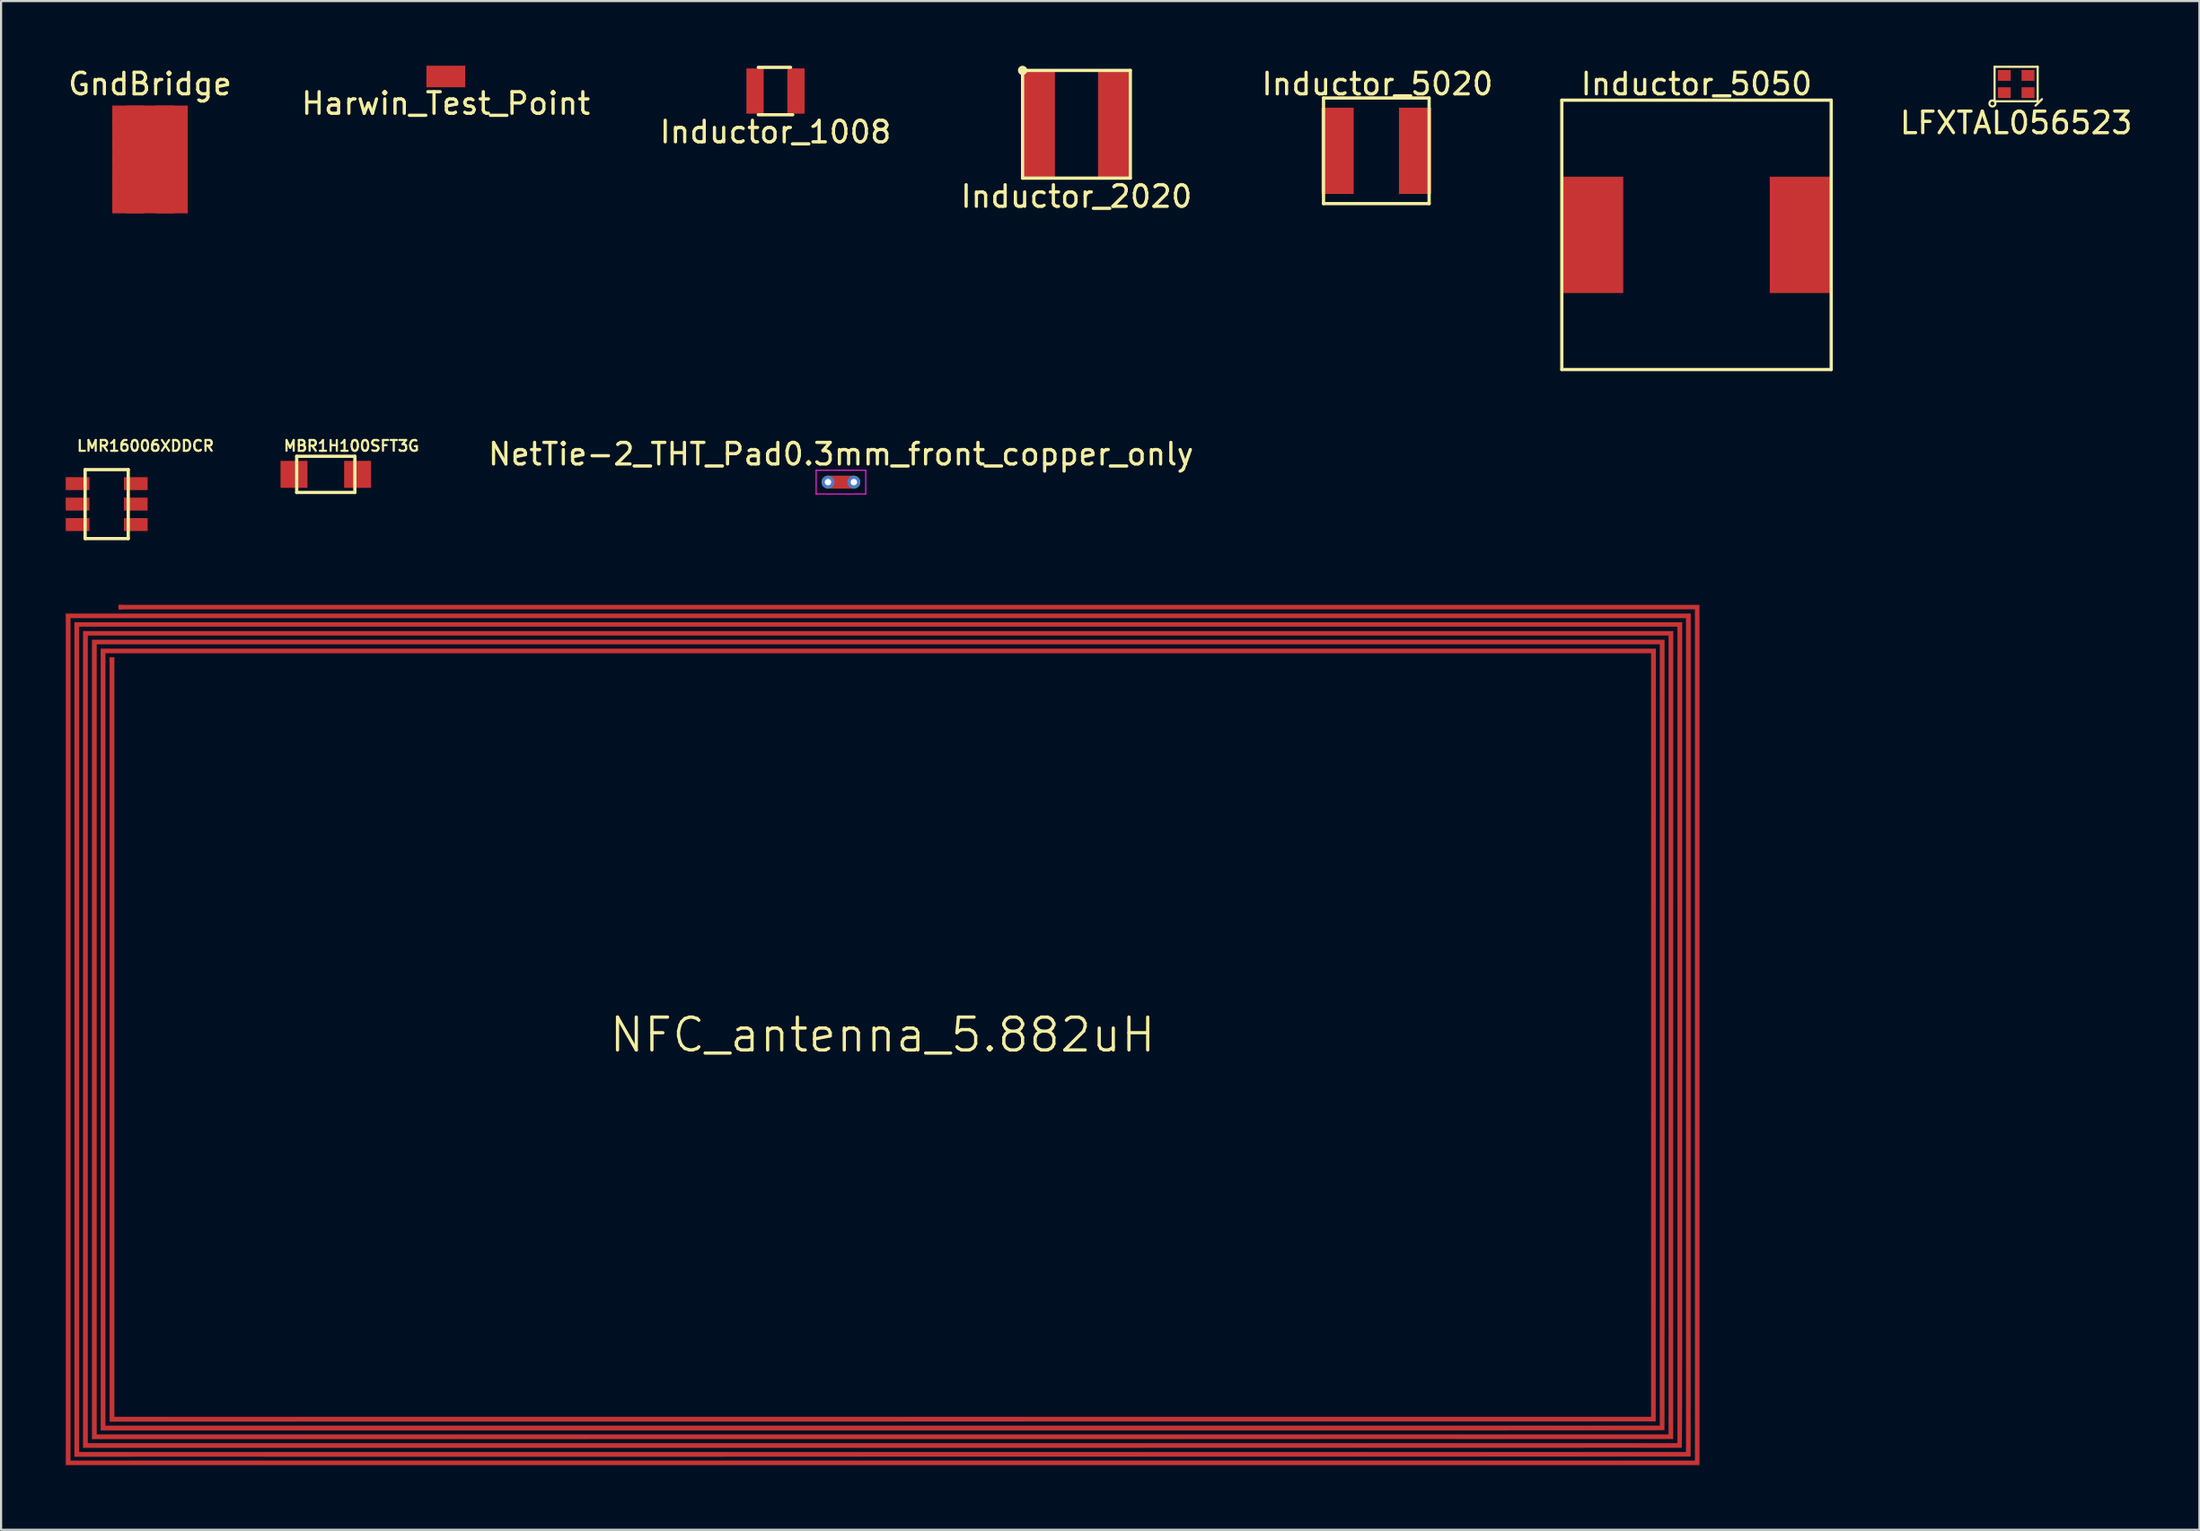
<source format=kicad_pcb>
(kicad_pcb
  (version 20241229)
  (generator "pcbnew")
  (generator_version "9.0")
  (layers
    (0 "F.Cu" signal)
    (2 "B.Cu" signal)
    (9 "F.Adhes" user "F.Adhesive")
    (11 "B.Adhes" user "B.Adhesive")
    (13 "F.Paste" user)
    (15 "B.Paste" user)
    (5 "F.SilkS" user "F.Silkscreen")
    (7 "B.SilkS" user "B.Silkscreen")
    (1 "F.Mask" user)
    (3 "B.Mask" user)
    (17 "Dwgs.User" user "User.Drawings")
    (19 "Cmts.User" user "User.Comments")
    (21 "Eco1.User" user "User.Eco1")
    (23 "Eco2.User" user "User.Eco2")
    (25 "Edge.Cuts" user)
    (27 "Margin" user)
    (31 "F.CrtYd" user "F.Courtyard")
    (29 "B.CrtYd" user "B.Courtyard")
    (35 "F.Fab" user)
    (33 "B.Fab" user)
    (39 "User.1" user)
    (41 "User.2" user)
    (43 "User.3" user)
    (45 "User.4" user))
  (footprint "LMR16006XDDCR"
    (layer "F.Cu")
    (at 1.9 20.341)
    (property "Reference" "LMR16006XDDCR" (at 1.8 -2.7 0) (layer "F.SilkS") (effects (font (size 0.5 0.5) (thickness 0.1))))
    (attr through_hole)
    (fp_line (start -1 -1.6) (end -1 1.6) (stroke (width 0.15) (type solid)) (layer "F.SilkS"))
    (fp_line (start -1 1.6) (end 1 1.6) (stroke (width 0.15) (type solid)) (layer "F.SilkS"))
    (fp_line (start 1 -1.6) (end -1 -1.6) (stroke (width 0.15) (type solid)) (layer "F.SilkS"))
    (fp_line (start 1 1.6) (end 1 -1.6) (stroke (width 0.15) (type solid)) (layer "F.SilkS"))
    (pad "1" smd rect (at -1.35 -0.95) (size 1.1 0.6) (layers "F.Cu" "F.Mask" "F.Paste"))
    (pad "2" smd rect (at -1.35 0) (size 1.1 0.6) (layers "F.Cu" "F.Mask" "F.Paste"))
    (pad "3" smd rect (at -1.35 0.95) (size 1.1 0.6) (layers "F.Cu" "F.Mask" "F.Paste"))
    (pad "4" smd rect (at 1.35 0.95) (size 1.1 0.6) (layers "F.Cu" "F.Mask" "F.Paste"))
    (pad "5" smd rect (at 1.35 0) (size 1.1 0.6) (layers "F.Cu" "F.Mask" "F.Paste"))
    (pad "6" smd rect (at 1.35 -0.95) (size 1.1 0.6) (layers "F.Cu" "F.Mask" "F.Paste")))
  (footprint "GndBridge"
    (layer "F.Cu")
    (at 3.911 4.348)
    (property "Reference" "GndBridge" (at 0 -3.5 0) (layer "F.SilkS") (effects (font (size 1 1) (thickness 0.15))))
    (attr through_hole)
    (fp_line (start -1 -1.75) (end 1 -1.75) (stroke (width 1.5) (type solid)) (layer "F.Cu"))
    (fp_line (start -1 -0.75) (end 1 -0.75) (stroke (width 1.5) (type solid)) (layer "F.Cu"))
    (fp_line (start -1 0) (end 1 0) (stroke (width 1.5) (type solid)) (layer "F.Cu"))
    (fp_line (start -1 1) (end 1 1) (stroke (width 1.5) (type solid)) (layer "F.Cu"))
    (fp_line (start -1 1.75) (end 1 1.75) (stroke (width 1.5) (type solid)) (layer "F.Cu"))
    (pad "1" smd rect (at -1 0) (size 1.5 5) (layers "F.Cu"))
    (pad "2" smd rect (at 1 0) (size 1.5 5) (layers "F.Cu")))
  (footprint "Inductor_5020"
    (layer "F.Cu")
    (at 60.813 3.948)
    (property "Reference" "Inductor_5020" (at 0.05 -3.1 0) (layer "F.SilkS") (effects (font (size 1 1) (thickness 0.15))))
    (attr through_hole)
    (fp_line (start -2.45 -2.45) (end 2.45 -2.45) (stroke (width 0.15) (type solid)) (layer "F.SilkS"))
    (fp_line (start -2.45 2.45) (end -2.45 -2.45) (stroke (width 0.15) (type solid)) (layer "F.SilkS"))
    (fp_line (start 2.45 -2.45) (end 2.45 2.45) (stroke (width 0.15) (type solid)) (layer "F.SilkS"))
    (fp_line (start 2.45 2.45) (end -2.45 2.45) (stroke (width 0.15) (type solid)) (layer "F.SilkS"))
    (pad "1" smd rect (at -1.8 0) (size 1.5 4) (layers "F.Cu" "F.Mask" "F.Paste"))
    (pad "2" smd rect (at 1.8 0) (size 1.5 4) (layers "F.Cu" "F.Mask" "F.Paste")))
  (footprint "Inductor_2020"
    (layer "F.Cu")
    (at 46.899 2.716)
    (property "Reference" "Inductor_2020" (at 0 3.35 0) (layer "F.SilkS") (effects (font (size 1 1) (thickness 0.15))))
    (attr through_hole)
    (fp_line (start -2.5 -2.5) (end 2.5 -2.5) (stroke (width 0.15) (type solid)) (layer "F.SilkS"))
    (fp_line (start -2.5 2.5) (end -2.5 -2.5) (stroke (width 0.15) (type solid)) (layer "F.SilkS"))
    (fp_line (start 2.5 -2.5) (end 2.5 2.5) (stroke (width 0.15) (type solid)) (layer "F.SilkS"))
    (fp_line (start 2.5 2.5) (end -2.5 2.5) (stroke (width 0.15) (type solid)) (layer "F.SilkS"))
    (fp_circle (center -2.5 -2.5) (end -2.6 -2.6) (stroke (width 0.15) (type solid)) (fill no) (layer "F.SilkS"))
    (pad "1" smd rect (at -1.75 0) (size 1.5 5) (layers "F.Cu" "F.Mask" "F.Paste"))
    (pad "2" smd rect (at 1.75 0) (size 1.5 5) (layers "F.Cu" "F.Mask" "F.Paste")))
  (footprint "Inductor_5050"
    (layer "F.Cu")
    (at 75.67 7.848)
    (property "Reference" "Inductor_5050" (at 0 -7 0) (layer "F.SilkS") (effects (font (size 1 1) (thickness 0.15))))
    (attr through_hole)
    (fp_line (start -6.25 -6.25) (end 6.25 -6.25) (stroke (width 0.15) (type solid)) (layer "F.SilkS"))
    (fp_line (start -6.25 6.25) (end -6.25 -6.25) (stroke (width 0.15) (type solid)) (layer "F.SilkS"))
    (fp_line (start 6.25 -6.25) (end 6.25 6.25) (stroke (width 0.15) (type solid)) (layer "F.SilkS"))
    (fp_line (start 6.25 6.25) (end -6.25 6.25) (stroke (width 0.15) (type solid)) (layer "F.SilkS"))
    (pad "1" smd rect (at -4.85 0) (size 2.9 5.4) (layers "F.Cu" "F.Mask" "F.Paste"))
    (pad "2" smd rect (at 4.85 0) (size 2.9 5.4) (layers "F.Cu" "F.Mask" "F.Paste")))
  (footprint "NetTie-2_THT_Pad0.3mm_front_copper_only"
    (layer "F.Cu")
    (at 35.37 19.322)
    (property "Reference" "NetTie-2_THT_Pad0.3mm_front_copper_only" (at 0.6 -1.3 0) (layer "F.SilkS") (effects (font (size 1 1) (thickness 0.15))))
    (attr exclude_from_pos_files exclude_from_bom)
    (fp_poly (pts (xy 0 -0.3) (xy 1.2 -0.3) (xy 1.2 0.3) (xy 0 0.3)) (stroke (width 0) (type solid)) (fill yes) (layer "F.Cu"))
    (fp_line (start -0.55 -0.55) (end 1.75 -0.55) (stroke (width 0.05) (type solid)) (layer "F.CrtYd"))
    (fp_line (start -0.55 0.55) (end -0.55 -0.55) (stroke (width 0.05) (type solid)) (layer "F.CrtYd"))
    (fp_line (start 1.75 -0.55) (end 1.75 0.55) (stroke (width 0.05) (type solid)) (layer "F.CrtYd"))
    (fp_line (start 1.75 0.55) (end -0.55 0.55) (stroke (width 0.05) (type solid)) (layer "F.CrtYd"))
    (pad "1" thru_hole circle (at 0 0) (size 0.6 0.6) (drill 0.3) (layers "*.Cu"))
    (pad "2" thru_hole circle (at 1.2 0) (size 0.6 0.6) (drill 0.3) (layers "*.Cu")))
  (footprint "NFC_antenna_5.882uH"
    (layer "F.Cu")
    (at 37.904 44.971)
    (property "Reference" "NFC_antenna_5.882uH" (at 0 0 0) (layer "F.SilkS") (effects (font (size 1.524 1.524) (thickness 0.15))))
    (attr through_hole)
    (fp_poly (pts (xy 37.899 19.96) (xy -37.899 19.96) (xy -37.899 -19.547) (xy 37.497 -19.547) (xy 37.494 0.008) (xy 37.491 19.563) (xy -0.003 19.566) (xy -37.497 19.569) (xy -37.497 -19.145) (xy 37.095 -19.145) (xy 37.095 -0.001) (xy 37.095 0.772) (xy 37.095 1.524) (xy 37.095 2.255) (xy 37.095 2.966) (xy 37.095 3.657) (xy 37.095 4.328) (xy 37.095 4.98) (xy 37.094 5.613) (xy 37.094 6.226) (xy 37.094 6.821) (xy 37.094 7.398) (xy 37.094 7.957) (xy 37.094 8.498) (xy 37.094 9.021) (xy 37.094 9.527) (xy 37.094 10.016) (xy 37.094 10.489) (xy 37.094 10.945) (xy 37.094 11.385) (xy 37.094 11.81) (xy 37.094 12.219) (xy 37.094 12.612) (xy 37.094 12.991) (xy 37.093 13.355) (xy 37.093 13.705) (xy 37.093 14.04) (xy 37.093 14.362) (xy 37.093 14.67) (xy 37.093 14.965) (xy 37.093 15.247) (xy 37.092 15.516) (xy 37.092 15.773) (xy 37.092 16.018) (xy 37.092 16.251) (xy 37.092 16.472) (xy 37.091 16.683) (xy 37.091 16.882) (xy 37.091 17.07) (xy 37.091 17.248) (xy 37.09 17.416) (xy 37.09 17.574) (xy 37.09 17.723) (xy 37.089 17.862) (xy 37.089 17.992) (xy 37.089 18.113) (xy 37.088 18.226) (xy 37.088 18.331) (xy 37.088 18.428) (xy 37.087 18.517) (xy 37.087 18.599) (xy 37.087 18.674) (xy 37.086 18.743) (xy 37.086 18.804) (xy 37.085 18.86) (xy 37.085 18.91) (xy 37.084 18.954) (xy 37.084 18.993) (xy 37.083 19.026) (xy 37.083 19.055) (xy 37.082 19.08) (xy 37.082 19.1) (xy 37.081 19.117) (xy 37.08 19.129) (xy 37.08 19.139) (xy 37.079 19.145) (xy 37.078 19.148) (xy 37.078 19.149) (xy 37.067 19.15) (xy 37.035 19.15) (xy 36.982 19.15) (xy 36.909 19.15) (xy 36.816 19.15) (xy 36.703 19.15) (xy 36.57 19.15) (xy 36.418 19.151) (xy 36.246 19.151) (xy 36.055 19.151) (xy 35.846 19.151) (xy 35.618 19.151) (xy 35.372 19.151) (xy 35.107 19.151) (xy 34.825 19.152) (xy 34.526 19.152) (xy 34.209 19.152) (xy 33.874 19.152) (xy 33.523 19.152) (xy 33.156 19.152) (xy 32.772 19.152) (xy 32.372 19.153) (xy 31.956 19.153) (xy 31.524 19.153) (xy 31.077 19.153) (xy 30.615 19.153) (xy 30.138 19.153) (xy 29.646 19.153) (xy 29.139 19.153) (xy 28.619 19.153) (xy 28.084 19.154) (xy 27.536 19.154) (xy 26.974 19.154) (xy 26.399 19.154) (xy 25.811 19.154) (xy 25.21 19.154) (xy 24.597 19.154) (xy 23.971 19.154) (xy 23.333 19.154) (xy 22.683 19.154) (xy 22.022 19.155) (xy 21.35 19.155) (xy 20.666 19.155) (xy 19.971 19.155) (xy 19.266 19.155) (xy 18.551 19.155) (xy 17.825 19.155) (xy 17.09 19.155) (xy 16.344 19.155) (xy 15.59 19.155) (xy 14.826 19.155) (xy 14.053 19.155) (xy 13.271 19.155) (xy 12.481 19.155) (xy 11.683 19.156) (xy 10.877 19.156) (xy 10.063 19.156) (xy 9.241 19.156) (xy 8.413 19.156) (xy 7.577 19.156) (xy 6.734 19.156) (xy 5.885 19.156) (xy 5.03 19.156) (xy 4.168 19.156) (xy 3.301 19.156) (xy 2.428 19.156) (xy 1.549 19.156) (xy 0.666 19.156) (xy -0.017 19.156) (xy -37.095 19.156) (xy -37.095 -18.733) (xy 36.682 -18.733) (xy 36.679 0.008) (xy 36.677 18.748) (xy -0.003 18.751) (xy -36.682 18.754) (xy -36.682 -18.33) (xy 36.28 -18.33) (xy 36.28 -0.006) (xy 36.28 0.617) (xy 36.28 1.235) (xy 36.28 1.848) (xy 36.28 2.454) (xy 36.28 3.055) (xy 36.28 3.65) (xy 36.279 4.238) (xy 36.279 4.818) (xy 36.279 5.392) (xy 36.279 5.957) (xy 36.279 6.515) (xy 36.279 7.064) (xy 36.279 7.604) (xy 36.279 8.135) (xy 36.279 8.657) (xy 36.279 9.168) (xy 36.279 9.67) (xy 36.279 10.161) (xy 36.278 10.642) (xy 36.278 11.111) (xy 36.278 11.569) (xy 36.278 12.015) (xy 36.278 12.448) (xy 36.278 12.869) (xy 36.278 13.278) (xy 36.278 13.673) (xy 36.277 14.054) (xy 36.277 14.422) (xy 36.277 14.776) (xy 36.277 15.114) (xy 36.277 15.438) (xy 36.277 15.747) (xy 36.276 16.04) (xy 36.276 16.317) (xy 36.276 16.578) (xy 36.276 16.822) (xy 36.276 17.05) (xy 36.275 17.26) (xy 36.275 17.452) (xy 36.275 17.627) (xy 36.275 17.783) (xy 36.275 17.92) (xy 36.274 18.038) (xy 36.274 18.137) (xy 36.274 18.217) (xy 36.274 18.276) (xy 36.274 18.315) (xy 36.273 18.333) (xy 36.273 18.335) (xy 36.272 18.335) (xy 36.268 18.336) (xy 36.262 18.336) (xy 36.252 18.337) (xy 36.24 18.337) (xy 36.224 18.338) (xy 36.205 18.338) (xy 36.182 18.338) (xy 36.155 18.339) (xy 36.124 18.339) (xy 36.088 18.34) (xy 36.048 18.34) (xy 36.004 18.34) (xy 35.954 18.341) (xy 35.9 18.341) (xy 35.839 18.342) (xy 35.774 18.342) (xy 35.703 18.342) (xy 35.625 18.343) (xy 35.542 18.343) (xy 35.452 18.343) (xy 35.355 18.344) (xy 35.252 18.344) (xy 35.142 18.344) (xy 35.024 18.344) (xy 34.9 18.345) (xy 34.767 18.345) (xy 34.627 18.345) (xy 34.479 18.345) (xy 34.322 18.346) (xy 34.157 18.346) (xy 33.983 18.346) (xy 33.801 18.346) (xy 33.61 18.347) (xy 33.409 18.347) (xy 33.199 18.347) (xy 32.979 18.347) (xy 32.749 18.347) (xy 32.509 18.348) (xy 32.259 18.348) (xy 31.999 18.348) (xy 31.727 18.348) (xy 31.445 18.348) (xy 31.152 18.349) (xy 30.847 18.349) (xy 30.531 18.349) (xy 30.204 18.349) (xy 29.864 18.349) (xy 29.512 18.349) (xy 29.148 18.349) (xy 28.771 18.35) (xy 28.382 18.35) (xy 27.979 18.35) (xy 27.564 18.35) (xy 27.135 18.35) (xy 26.692 18.35) (xy 26.236 18.35) (xy 25.766 18.35) (xy 25.281 18.35) (xy 24.782 18.35) (xy 24.269 18.351) (xy 23.741 18.351) (xy 23.198 18.351) (xy 22.639 18.351) (xy 22.065 18.351) (xy 21.476 18.351) (xy 20.871 18.351) (xy 20.249 18.351) (xy 19.612 18.351) (xy 18.958 18.351) (xy 18.287 18.351) (xy 17.6 18.351) (xy 16.895 18.351) (xy 16.173 18.351) (xy 15.434 18.351) (xy 14.677 18.351) (xy 13.902 18.351) (xy 13.109 18.351) (xy 12.298 18.351) (xy 11.468 18.351) (xy 10.62 18.351) (xy 9.753 18.351) (xy 8.866 18.351) (xy 7.96 18.351) (xy 7.035 18.351) (xy 6.09 18.351) (xy 5.125 18.351) (xy 4.14 18.351) (xy 3.135 18.351) (xy 2.109 18.351) (xy 1.062 18.351) (xy -0.006 18.352) (xy -36.28 18.352) (xy -36.28 -17.918) (xy 35.878 -17.918) (xy 35.875 0.008) (xy 35.872 17.933) (xy 0.003 17.936) (xy -35.867 17.939) (xy -35.867 -17.515) (xy -35.655 -17.515) (xy -35.655 17.727) (xy 35.666 17.727) (xy 35.666 -17.716) (xy -36.068 -17.716) (xy -36.068 18.14) (xy 36.068 18.14) (xy 36.068 -18.129) (xy -36.47 -18.129) (xy -36.47 18.542) (xy 36.47 18.542) (xy 36.47 -18.531) (xy -36.883 -18.531) (xy -36.883 18.944) (xy 36.883 18.944) (xy 36.883 -18.944) (xy -37.285 -18.944) (xy -37.285 19.357) (xy 37.285 19.357) (xy 37.285 -19.346) (xy -37.687 -19.346) (xy -37.687 19.759) (xy 37.698 19.759) (xy 37.698 -19.748) (xy -35.454 -19.748) (xy -35.454 -19.95) (xy 37.899 -19.95) (xy 37.899 19.96)) (stroke (width 0.01) (type solid)) (fill yes) (layer "F.Cu"))
    (pad "1" smd rect (at -35.35 -19.85) (size 0.203 0.203) (layers "F.Cu"))
    (pad "2" smd rect (at -35.76 -17.41) (size 0.203 0.203) (layers "F.Cu")))
  (footprint "Harwin_Test_Point"
    (layer "F.Cu")
    (at 17.637 0.5)
    (property "Reference" "Harwin_Test_Point" (at 0 1.25 0) (layer "F.SilkS") (effects (font (size 1 1) (thickness 0.15))))
    (attr through_hole)
    (pad "1" connect rect (at 0 0) (size 1.8 1) (layers "F.Cu" "F.Mask")))
  (footprint "Inductor_1008"
    (layer "F.Cu")
    (at 32.935 1.175)
    (property "Reference" "Inductor_1008" (at 0 1.9 0) (layer "F.SilkS") (effects (font (size 1 1) (thickness 0.15))))
    (attr through_hole)
    (fp_line (start -0.8 -1.1) (end 0.7 -1.1) (stroke (width 0.15) (type solid)) (layer "F.SilkS"))
    (fp_line (start -0.8 1.1) (end 0.8 1.1) (stroke (width 0.15) (type solid)) (layer "F.SilkS"))
    (pad "1" smd rect (at 0.95 0) (size 0.8 2.1) (layers "F.Cu" "F.Mask" "F.Paste"))
    (pad "2" smd rect (at -0.95 0) (size 0.8 2.1) (layers "F.Cu" "F.Mask" "F.Paste")))
  (footprint "MBR1H100SFT3G"
    (layer "F.Cu")
    (at 12.067 18.961)
    (property "Reference" "MBR1H100SFT3G" (at 1.19 -1.32 0) (layer "F.SilkS") (effects (font (size 0.5 0.5) (thickness 0.1))))
    (attr through_hole)
    (fp_line (start -1.35 -0.84) (end 1.35 -0.84) (stroke (width 0.15) (type solid)) (layer "F.SilkS"))
    (fp_line (start -1.35 0.84) (end -1.35 -0.84) (stroke (width 0.15) (type solid)) (layer "F.SilkS"))
    (fp_line (start 1.35 -0.84) (end 1.35 0.84) (stroke (width 0.15) (type solid)) (layer "F.SilkS"))
    (fp_line (start 1.35 0.84) (end -1.35 0.84) (stroke (width 0.15) (type solid)) (layer "F.SilkS"))
    (pad "1" smd rect (at -1.475 0) (size 1.25 1.25) (layers "F.Cu" "F.Mask" "F.Paste"))
    (pad "2" smd rect (at 1.475 0) (size 1.25 1.25) (layers "F.Cu" "F.Mask" "F.Paste")))
  (footprint "LFXTAL056523"
    (layer "F.Cu")
    (at 90.501 0.85)
    (property "Reference" "LFXTAL056523" (at 0 1.8 0) (layer "F.SilkS") (effects (font (size 1 1) (thickness 0.15))))
    (attr through_hole)
    (fp_line (start -1 -0.8) (end 1 -0.8) (stroke (width 0.1) (type solid)) (layer "F.SilkS"))
    (fp_line (start -1 0.8) (end -1 -0.8) (stroke (width 0.1) (type solid)) (layer "F.SilkS"))
    (fp_line (start 0.9 1) (end 1.2 0.7) (stroke (width 0.1) (type solid)) (layer "F.SilkS"))
    (fp_line (start 1 -0.8) (end 1 0.8) (stroke (width 0.1) (type solid)) (layer "F.SilkS"))
    (fp_line (start 1 0.8) (end -1 0.8) (stroke (width 0.1) (type solid)) (layer "F.SilkS"))
    (fp_circle (center -1.1 0.9) (end -1 0.8) (stroke (width 0.1) (type solid)) (fill no) (layer "F.SilkS"))
    (pad "1" smd rect (at -0.55 0.4) (size 0.6 0.5) (layers "F.Cu" "F.Mask" "F.Paste"))
    (pad "2" smd rect (at 0.55 0.4) (size 0.6 0.5) (layers "F.Cu" "F.Mask" "F.Paste"))
    (pad "3" smd rect (at 0.55 -0.4) (size 0.6 0.5) (layers "F.Cu" "F.Mask" "F.Paste"))
    (pad "4" smd rect (at -0.55 -0.4) (size 0.6 0.5) (layers "F.Cu" "F.Mask" "F.Paste")))
  (gr_rect
    (start -3 -3)
    (end 99.007 67.936)
    (stroke (width 0.1) (type default))
    (fill no)
    (layer "Edge.Cuts")))
</source>
